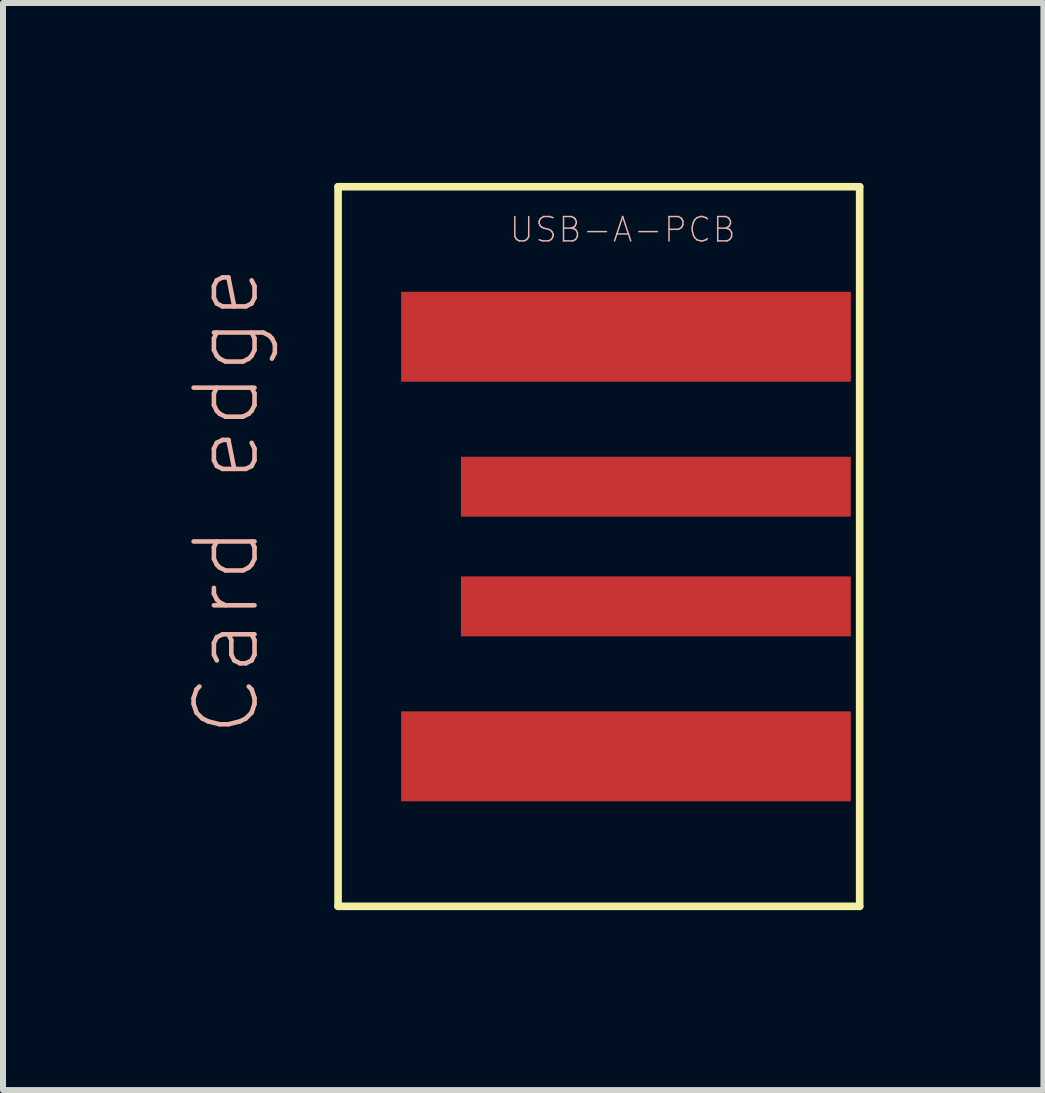
<source format=kicad_pcb>
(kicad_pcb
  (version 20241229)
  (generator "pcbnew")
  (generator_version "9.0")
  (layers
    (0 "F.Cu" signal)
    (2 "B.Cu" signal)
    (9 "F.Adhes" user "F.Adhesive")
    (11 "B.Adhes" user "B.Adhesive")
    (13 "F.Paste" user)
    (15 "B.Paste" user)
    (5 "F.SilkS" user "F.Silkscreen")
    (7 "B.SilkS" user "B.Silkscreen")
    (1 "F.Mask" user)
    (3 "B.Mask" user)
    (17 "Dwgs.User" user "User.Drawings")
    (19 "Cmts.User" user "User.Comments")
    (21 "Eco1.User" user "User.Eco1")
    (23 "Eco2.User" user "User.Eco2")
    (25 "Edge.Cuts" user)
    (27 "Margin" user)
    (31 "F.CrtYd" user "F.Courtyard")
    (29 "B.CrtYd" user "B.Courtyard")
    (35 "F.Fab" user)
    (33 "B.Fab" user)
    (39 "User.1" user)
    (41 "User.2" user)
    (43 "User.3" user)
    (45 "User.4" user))
  (footprint "USB-A-PCB"
    (layer "F.Cu")
    (at 7.586 6.063)
    (property "Reference" "USB-A-PCB" (at -0.254 -5.283 0) (layer "B.SilkS") (effects (font (size 0.406 0.406) (thickness 0.025))))
    (attr smd)
    (fp_line (start -4.999 -5.999) (end 3.698 -5.999) (stroke (width 0.127) (type solid)) (layer "F.SilkS"))
    (fp_line (start -4.999 5.999) (end -4.999 -5.999) (stroke (width 0.127) (type solid)) (layer "F.SilkS"))
    (fp_line (start 3.698 -5.999) (end 3.698 5.999) (stroke (width 0.127) (type solid)) (layer "F.SilkS"))
    (fp_line (start 3.698 5.999) (end -4.999 5.999) (stroke (width 0.127) (type solid)) (layer "F.SilkS"))
    (fp_text user "Card edge" (at -6.858 -0.762 90) (layer "B.SilkS") (effects (font (size 1.016 1.016) (thickness 0.076))))
    (pad "1" smd rect (at -0.198 3.498) (size 7.498 1.499) (layers "F.Cu" "F.Mask" "F.Paste"))
    (pad "2" smd rect (at 0.3 0.998) (size 6.5 0.998) (layers "F.Cu" "F.Mask" "F.Paste"))
    (pad "3" smd rect (at 0.3 -0.998) (size 6.5 0.998) (layers "F.Cu" "F.Mask" "F.Paste"))
    (pad "4" smd rect (at -0.198 -3.498) (size 7.498 1.499) (layers "F.Cu" "F.Mask" "F.Paste")))
  (gr_rect
    (start -3 -3)
    (end 14.348 15.126)
    (stroke (width 0.1) (type default))
    (fill no)
    (layer "Edge.Cuts")))
</source>
